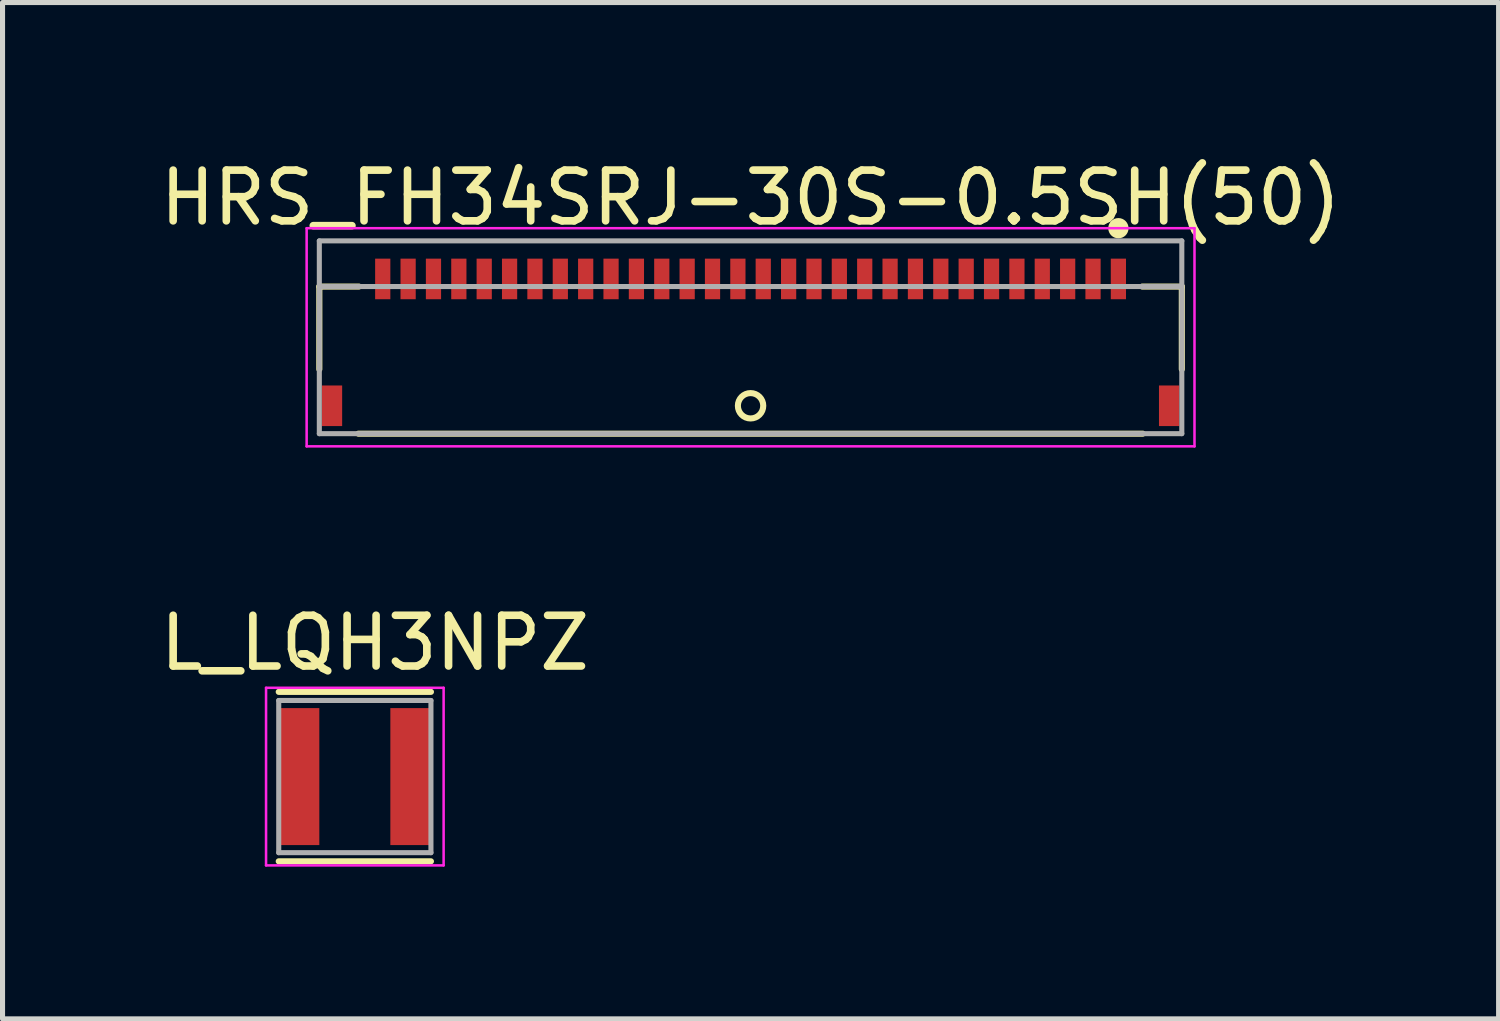
<source format=kicad_pcb>
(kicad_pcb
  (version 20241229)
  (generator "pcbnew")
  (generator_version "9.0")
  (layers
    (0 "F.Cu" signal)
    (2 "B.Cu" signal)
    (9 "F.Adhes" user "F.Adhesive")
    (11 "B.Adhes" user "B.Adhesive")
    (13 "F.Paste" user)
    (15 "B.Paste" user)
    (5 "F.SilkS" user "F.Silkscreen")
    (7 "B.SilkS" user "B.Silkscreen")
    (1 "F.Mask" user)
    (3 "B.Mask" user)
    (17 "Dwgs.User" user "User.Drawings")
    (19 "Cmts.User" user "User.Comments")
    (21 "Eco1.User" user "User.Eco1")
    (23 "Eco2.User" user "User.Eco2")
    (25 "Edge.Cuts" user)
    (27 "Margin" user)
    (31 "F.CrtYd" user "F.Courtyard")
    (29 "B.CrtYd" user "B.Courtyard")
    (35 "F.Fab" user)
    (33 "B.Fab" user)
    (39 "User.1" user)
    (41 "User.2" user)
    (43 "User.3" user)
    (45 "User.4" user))
  (footprint "L_LQH3NPZ"
    (layer "F.Cu")
    (at 3.944 12.257)
    (property "Reference" "L_LQH3NPZ" (at 0.395 -2.635 0) (layer "F.SilkS") (effects (font (size 1 1) (thickness 0.15))))
    (attr smd)
    (fp_line (start -1.5 -1.67) (end 1.5 -1.67) (stroke (width 0.12) (type solid)) (layer "F.SilkS"))
    (fp_line (start -1.5 1.67) (end 1.5 1.67) (stroke (width 0.12) (type solid)) (layer "F.SilkS"))
    (fp_line (start -1.75 -1.75) (end 1.75 -1.75) (stroke (width 0.05) (type solid)) (layer "F.CrtYd"))
    (fp_line (start -1.75 1.75) (end -1.75 -1.75) (stroke (width 0.05) (type solid)) (layer "F.CrtYd"))
    (fp_line (start 1.75 -1.75) (end 1.75 1.75) (stroke (width 0.05) (type solid)) (layer "F.CrtYd"))
    (fp_line (start 1.75 1.75) (end -1.75 1.75) (stroke (width 0.05) (type solid)) (layer "F.CrtYd"))
    (fp_line (start -1.5 -1.5) (end 1.5 -1.5) (stroke (width 0.1) (type solid)) (layer "F.Fab"))
    (fp_line (start -1.5 1.5) (end -1.5 -1.5) (stroke (width 0.1) (type solid)) (layer "F.Fab"))
    (fp_line (start 1.5 -1.5) (end 1.5 1.5) (stroke (width 0.1) (type solid)) (layer "F.Fab"))
    (fp_line (start 1.5 1.5) (end -1.5 1.5) (stroke (width 0.1) (type solid)) (layer "F.Fab"))
    (pad "1" smd rect (at -1.1 0) (size 0.8 2.7) (layers "F.Cu" "F.Mask" "F.Paste"))
    (pad "2" smd rect (at 1.1 0 180) (size 0.8 2.7) (layers "F.Cu" "F.Mask" "F.Paste")))
  (footprint "HRS_FH34SRJ-30S-0.5SH(50)"
    (layer "F.Cu")
    (at 11.744 4.948)
    (property "Reference" "HRS_FH34SRJ-30S-0.5SH(50)" (at 0 -4.1 0) (layer "F.SilkS") (effects (font (size 1 1) (thickness 0.15))))
    (attr smd)
    (fp_line (start -8.5 -2.35) (end -8.5 -0.72) (stroke (width 0.12) (type solid)) (layer "F.SilkS"))
    (fp_line (start -8.5 -2.35) (end -7.72 -2.35) (stroke (width 0.12) (type solid)) (layer "F.SilkS"))
    (fp_line (start -7.73 0.55) (end 7.73 0.55) (stroke (width 0.12) (type solid)) (layer "F.SilkS"))
    (fp_line (start 7.72 -2.35) (end 8.5 -2.35) (stroke (width 0.12) (type solid)) (layer "F.SilkS"))
    (fp_line (start 8.5 -2.35) (end 8.5 -0.72) (stroke (width 0.12) (type solid)) (layer "F.SilkS"))
    (fp_circle (center 0 0) (end 0.25 0) (stroke (width 0.12) (type default)) (fill no) (layer "F.SilkS"))
    (fp_circle (center 7.25 -3.5) (end 7.35 -3.5) (stroke (width 0.2) (type solid)) (fill no) (layer "F.SilkS"))
    (fp_poly (pts (xy -7.375 -2.9) (xy -7.125 -2.9) (xy -7.125 -2.25) (xy -7.375 -2.25)) (stroke (width 0.01) (type solid)) (fill yes) (layer "F.Paste"))
    (fp_poly (pts (xy -6.875 -2.9) (xy -6.625 -2.9) (xy -6.625 -2.25) (xy -6.875 -2.25)) (stroke (width 0.01) (type solid)) (fill yes) (layer "F.Paste"))
    (fp_poly (pts (xy -6.375 -2.9) (xy -6.125 -2.9) (xy -6.125 -2.25) (xy -6.375 -2.25)) (stroke (width 0.01) (type solid)) (fill yes) (layer "F.Paste"))
    (fp_poly (pts (xy -5.875 -2.9) (xy -5.625 -2.9) (xy -5.625 -2.25) (xy -5.875 -2.25)) (stroke (width 0.01) (type solid)) (fill yes) (layer "F.Paste"))
    (fp_poly (pts (xy -5.375 -2.9) (xy -5.125 -2.9) (xy -5.125 -2.25) (xy -5.375 -2.25)) (stroke (width 0.01) (type solid)) (fill yes) (layer "F.Paste"))
    (fp_poly (pts (xy -4.875 -2.9) (xy -4.625 -2.9) (xy -4.625 -2.25) (xy -4.875 -2.25)) (stroke (width 0.01) (type solid)) (fill yes) (layer "F.Paste"))
    (fp_poly (pts (xy -4.375 -2.9) (xy -4.125 -2.9) (xy -4.125 -2.25) (xy -4.375 -2.25)) (stroke (width 0.01) (type solid)) (fill yes) (layer "F.Paste"))
    (fp_poly (pts (xy -3.875 -2.9) (xy -3.625 -2.9) (xy -3.625 -2.25) (xy -3.875 -2.25)) (stroke (width 0.01) (type solid)) (fill yes) (layer "F.Paste"))
    (fp_poly (pts (xy -3.375 -2.9) (xy -3.125 -2.9) (xy -3.125 -2.25) (xy -3.375 -2.25)) (stroke (width 0.01) (type solid)) (fill yes) (layer "F.Paste"))
    (fp_poly (pts (xy -2.875 -2.9) (xy -2.625 -2.9) (xy -2.625 -2.25) (xy -2.875 -2.25)) (stroke (width 0.01) (type solid)) (fill yes) (layer "F.Paste"))
    (fp_poly (pts (xy -2.375 -2.9) (xy -2.125 -2.9) (xy -2.125 -2.25) (xy -2.375 -2.25)) (stroke (width 0.01) (type solid)) (fill yes) (layer "F.Paste"))
    (fp_poly (pts (xy -1.875 -2.9) (xy -1.625 -2.9) (xy -1.625 -2.25) (xy -1.875 -2.25)) (stroke (width 0.01) (type solid)) (fill yes) (layer "F.Paste"))
    (fp_poly (pts (xy -1.375 -2.9) (xy -1.125 -2.9) (xy -1.125 -2.25) (xy -1.375 -2.25)) (stroke (width 0.01) (type solid)) (fill yes) (layer "F.Paste"))
    (fp_poly (pts (xy -0.875 -2.9) (xy -0.625 -2.9) (xy -0.625 -2.25) (xy -0.875 -2.25)) (stroke (width 0.01) (type solid)) (fill yes) (layer "F.Paste"))
    (fp_poly (pts (xy -0.375 -2.9) (xy -0.125 -2.9) (xy -0.125 -2.25) (xy -0.375 -2.25)) (stroke (width 0.01) (type solid)) (fill yes) (layer "F.Paste"))
    (fp_poly (pts (xy 0.125 -2.9) (xy 0.375 -2.9) (xy 0.375 -2.25) (xy 0.125 -2.25)) (stroke (width 0.01) (type solid)) (fill yes) (layer "F.Paste"))
    (fp_poly (pts (xy 0.625 -2.9) (xy 0.875 -2.9) (xy 0.875 -2.25) (xy 0.625 -2.25)) (stroke (width 0.01) (type solid)) (fill yes) (layer "F.Paste"))
    (fp_poly (pts (xy 1.125 -2.9) (xy 1.375 -2.9) (xy 1.375 -2.25) (xy 1.125 -2.25)) (stroke (width 0.01) (type solid)) (fill yes) (layer "F.Paste"))
    (fp_poly (pts (xy 1.625 -2.9) (xy 1.875 -2.9) (xy 1.875 -2.25) (xy 1.625 -2.25)) (stroke (width 0.01) (type solid)) (fill yes) (layer "F.Paste"))
    (fp_poly (pts (xy 2.125 -2.9) (xy 2.375 -2.9) (xy 2.375 -2.25) (xy 2.125 -2.25)) (stroke (width 0.01) (type solid)) (fill yes) (layer "F.Paste"))
    (fp_poly (pts (xy 2.625 -2.9) (xy 2.875 -2.9) (xy 2.875 -2.25) (xy 2.625 -2.25)) (stroke (width 0.01) (type solid)) (fill yes) (layer "F.Paste"))
    (fp_poly (pts (xy 3.125 -2.9) (xy 3.375 -2.9) (xy 3.375 -2.25) (xy 3.125 -2.25)) (stroke (width 0.01) (type solid)) (fill yes) (layer "F.Paste"))
    (fp_poly (pts (xy 3.625 -2.9) (xy 3.875 -2.9) (xy 3.875 -2.25) (xy 3.625 -2.25)) (stroke (width 0.01) (type solid)) (fill yes) (layer "F.Paste"))
    (fp_poly (pts (xy 4.125 -2.9) (xy 4.375 -2.9) (xy 4.375 -2.25) (xy 4.125 -2.25)) (stroke (width 0.01) (type solid)) (fill yes) (layer "F.Paste"))
    (fp_poly (pts (xy 4.625 -2.9) (xy 4.875 -2.9) (xy 4.875 -2.25) (xy 4.625 -2.25)) (stroke (width 0.01) (type solid)) (fill yes) (layer "F.Paste"))
    (fp_poly (pts (xy 5.125 -2.9) (xy 5.375 -2.9) (xy 5.375 -2.25) (xy 5.125 -2.25)) (stroke (width 0.01) (type solid)) (fill yes) (layer "F.Paste"))
    (fp_poly (pts (xy 5.625 -2.9) (xy 5.875 -2.9) (xy 5.875 -2.25) (xy 5.625 -2.25)) (stroke (width 0.01) (type solid)) (fill yes) (layer "F.Paste"))
    (fp_poly (pts (xy 6.125 -2.9) (xy 6.375 -2.9) (xy 6.375 -2.25) (xy 6.125 -2.25)) (stroke (width 0.01) (type solid)) (fill yes) (layer "F.Paste"))
    (fp_poly (pts (xy 6.625 -2.9) (xy 6.875 -2.9) (xy 6.875 -2.25) (xy 6.625 -2.25)) (stroke (width 0.01) (type solid)) (fill yes) (layer "F.Paste"))
    (fp_poly (pts (xy 7.125 -2.9) (xy 7.375 -2.9) (xy 7.375 -2.25) (xy 7.125 -2.25)) (stroke (width 0.01) (type solid)) (fill yes) (layer "F.Paste"))
    (fp_line (start -8.75 -3.5) (end 8.75 -3.5) (stroke (width 0.05) (type solid)) (layer "F.CrtYd"))
    (fp_line (start -8.75 0.8) (end -8.75 -3.5) (stroke (width 0.05) (type solid)) (layer "F.CrtYd"))
    (fp_line (start 8.75 -3.5) (end 8.75 0.8) (stroke (width 0.05) (type solid)) (layer "F.CrtYd"))
    (fp_line (start 8.75 0.8) (end -8.75 0.8) (stroke (width 0.05) (type solid)) (layer "F.CrtYd"))
    (fp_line (start -8.5 -3.25) (end -8.5 0.55) (stroke (width 0.1) (type solid)) (layer "F.Fab"))
    (fp_line (start -8.5 -3.25) (end 8.5 -3.25) (stroke (width 0.1) (type solid)) (layer "F.Fab"))
    (fp_line (start -8.5 -2.35) (end 8.5 -2.35) (stroke (width 0.1) (type solid)) (layer "F.Fab"))
    (fp_line (start 8.5 -3.25) (end 8.5 0.55) (stroke (width 0.1) (type solid)) (layer "F.Fab"))
    (fp_line (start 8.5 0.55) (end -8.5 0.55) (stroke (width 0.1) (type solid)) (layer "F.Fab"))
    (pad "1" smd rect (at 7.25 -2.5) (size 0.3 0.8) (layers "F.Cu" "F.Mask"))
    (pad "2" smd rect (at 6.75 -2.5) (size 0.3 0.8) (layers "F.Cu" "F.Mask"))
    (pad "3" smd rect (at 6.25 -2.5) (size 0.3 0.8) (layers "F.Cu" "F.Mask"))
    (pad "4" smd rect (at 5.75 -2.5) (size 0.3 0.8) (layers "F.Cu" "F.Mask"))
    (pad "5" smd rect (at 5.25 -2.5) (size 0.3 0.8) (layers "F.Cu" "F.Mask"))
    (pad "6" smd rect (at 4.75 -2.5) (size 0.3 0.8) (layers "F.Cu" "F.Mask"))
    (pad "7" smd rect (at 4.25 -2.5) (size 0.3 0.8) (layers "F.Cu" "F.Mask"))
    (pad "8" smd rect (at 3.75 -2.5) (size 0.3 0.8) (layers "F.Cu" "F.Mask"))
    (pad "9" smd rect (at 3.25 -2.5) (size 0.3 0.8) (layers "F.Cu" "F.Mask"))
    (pad "10" smd rect (at 2.75 -2.5) (size 0.3 0.8) (layers "F.Cu" "F.Mask"))
    (pad "11" smd rect (at 2.25 -2.5) (size 0.3 0.8) (layers "F.Cu" "F.Mask"))
    (pad "12" smd rect (at 1.75 -2.5) (size 0.3 0.8) (layers "F.Cu" "F.Mask"))
    (pad "13" smd rect (at 1.25 -2.5) (size 0.3 0.8) (layers "F.Cu" "F.Mask"))
    (pad "14" smd rect (at 0.75 -2.5) (size 0.3 0.8) (layers "F.Cu" "F.Mask"))
    (pad "15" smd rect (at 0.25 -2.5) (size 0.3 0.8) (layers "F.Cu" "F.Mask"))
    (pad "16" smd rect (at -0.25 -2.5) (size 0.3 0.8) (layers "F.Cu" "F.Mask"))
    (pad "17" smd rect (at -0.75 -2.5) (size 0.3 0.8) (layers "F.Cu" "F.Mask"))
    (pad "18" smd rect (at -1.25 -2.5) (size 0.3 0.8) (layers "F.Cu" "F.Mask"))
    (pad "19" smd rect (at -1.75 -2.5) (size 0.3 0.8) (layers "F.Cu" "F.Mask"))
    (pad "20" smd rect (at -2.25 -2.5) (size 0.3 0.8) (layers "F.Cu" "F.Mask"))
    (pad "21" smd rect (at -2.75 -2.5) (size 0.3 0.8) (layers "F.Cu" "F.Mask"))
    (pad "22" smd rect (at -3.25 -2.5) (size 0.3 0.8) (layers "F.Cu" "F.Mask"))
    (pad "23" smd rect (at -3.75 -2.5) (size 0.3 0.8) (layers "F.Cu" "F.Mask"))
    (pad "24" smd rect (at -4.25 -2.5) (size 0.3 0.8) (layers "F.Cu" "F.Mask"))
    (pad "25" smd rect (at -4.75 -2.5) (size 0.3 0.8) (layers "F.Cu" "F.Mask"))
    (pad "26" smd rect (at -5.25 -2.5) (size 0.3 0.8) (layers "F.Cu" "F.Mask"))
    (pad "27" smd rect (at -5.75 -2.5) (size 0.3 0.8) (layers "F.Cu" "F.Mask"))
    (pad "28" smd rect (at -6.25 -2.5) (size 0.3 0.8) (layers "F.Cu" "F.Mask"))
    (pad "29" smd rect (at -6.75 -2.5) (size 0.3 0.8) (layers "F.Cu" "F.Mask"))
    (pad "30" smd rect (at -7.25 -2.5) (size 0.3 0.8) (layers "F.Cu" "F.Mask"))
    (pad "MP" smd rect (at -8.25 0) (size 0.4 0.8) (layers "F.Cu" "F.Mask" "F.Paste"))
    (pad "MP" smd rect (at 8.25 0) (size 0.4 0.8) (layers "F.Cu" "F.Mask" "F.Paste")))
  (gr_rect
    (start -3 -3)
    (end 26.488 17.032)
    (stroke (width 0.1) (type default))
    (fill no)
    (layer "Edge.Cuts")))
</source>
